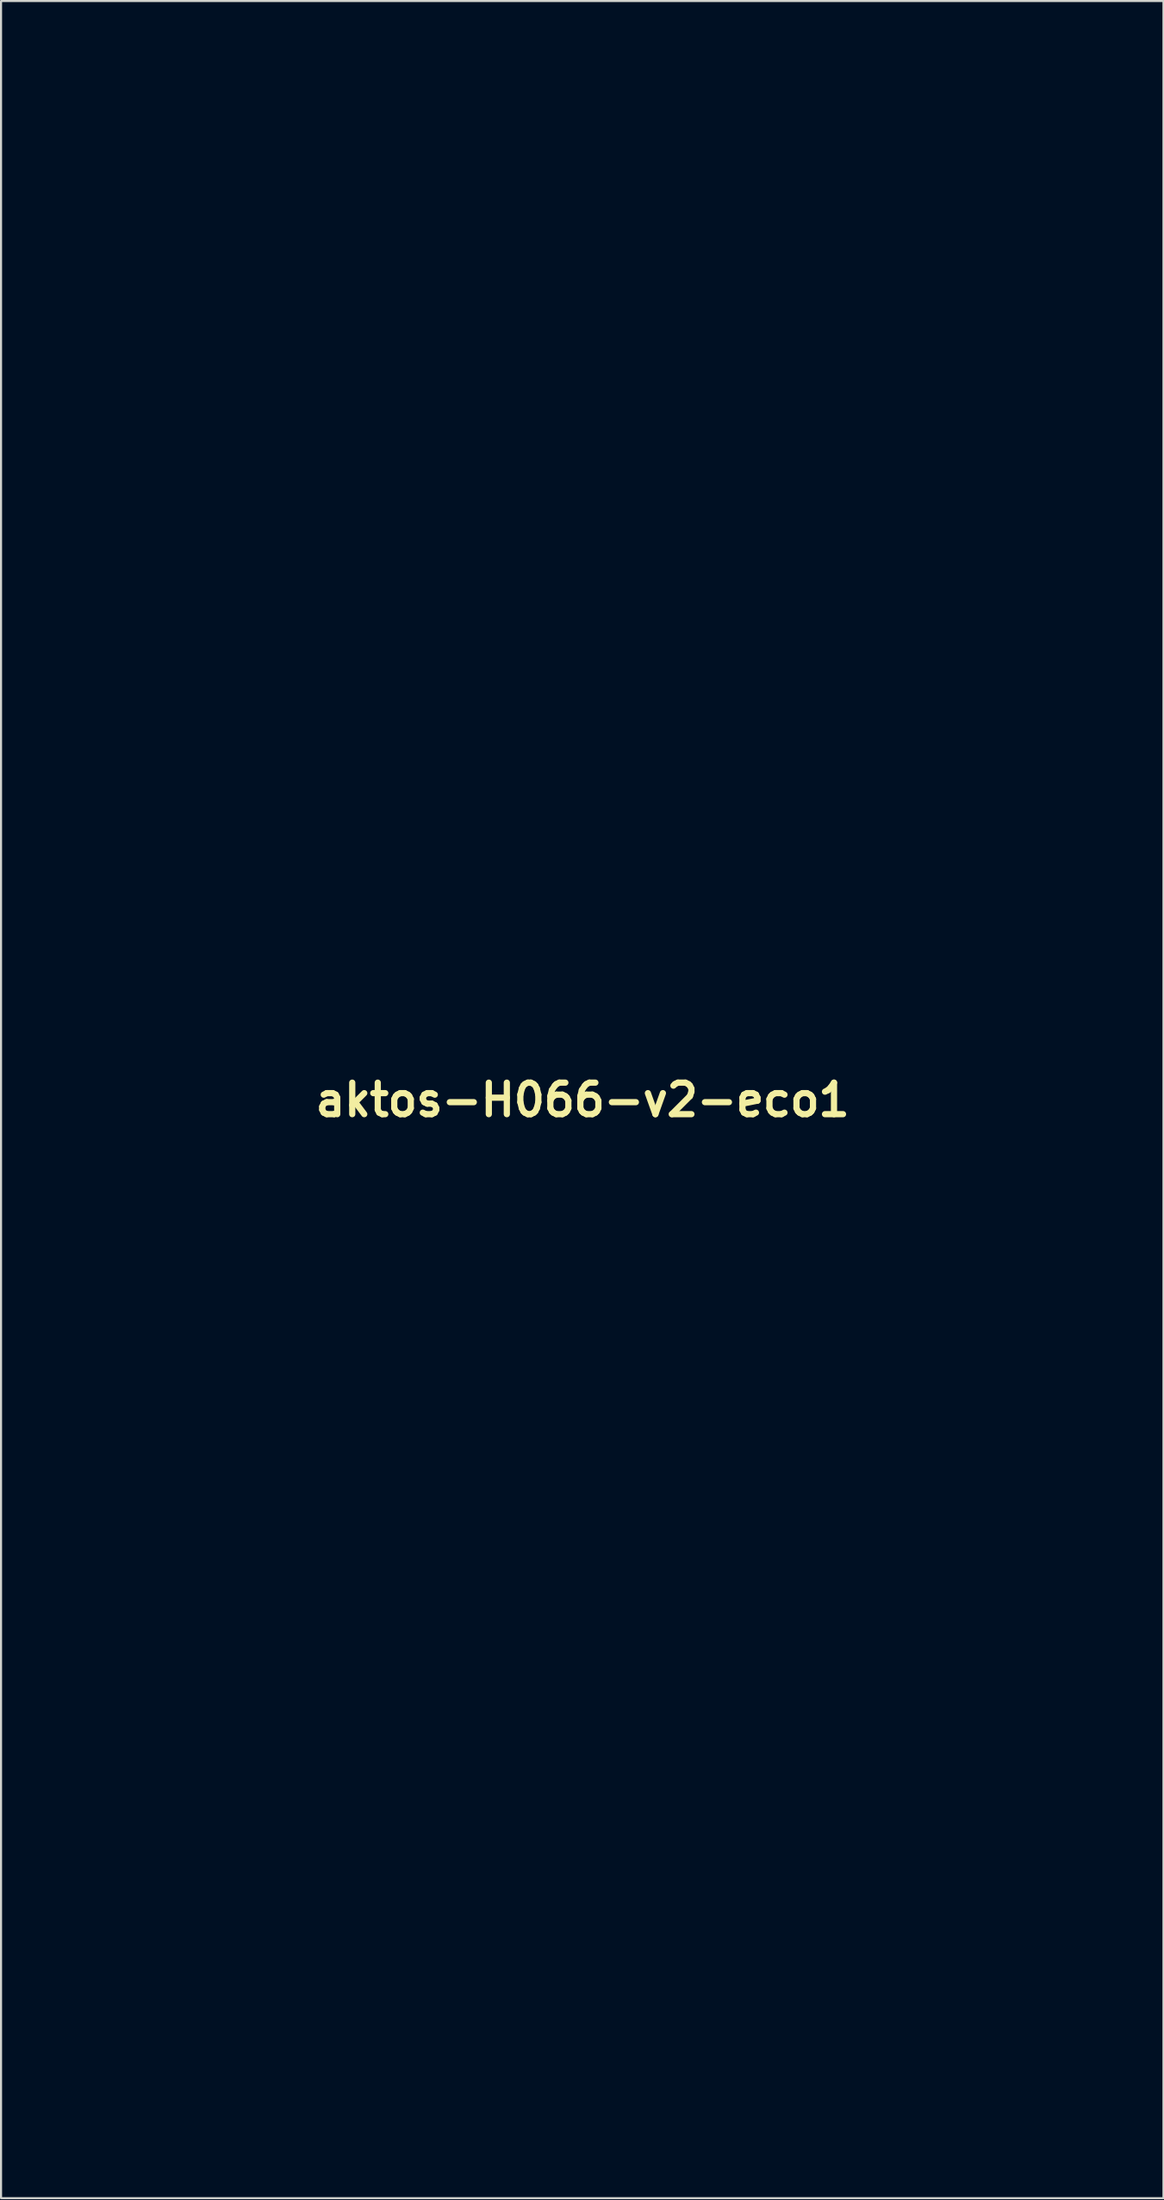
<source format=kicad_pcb>
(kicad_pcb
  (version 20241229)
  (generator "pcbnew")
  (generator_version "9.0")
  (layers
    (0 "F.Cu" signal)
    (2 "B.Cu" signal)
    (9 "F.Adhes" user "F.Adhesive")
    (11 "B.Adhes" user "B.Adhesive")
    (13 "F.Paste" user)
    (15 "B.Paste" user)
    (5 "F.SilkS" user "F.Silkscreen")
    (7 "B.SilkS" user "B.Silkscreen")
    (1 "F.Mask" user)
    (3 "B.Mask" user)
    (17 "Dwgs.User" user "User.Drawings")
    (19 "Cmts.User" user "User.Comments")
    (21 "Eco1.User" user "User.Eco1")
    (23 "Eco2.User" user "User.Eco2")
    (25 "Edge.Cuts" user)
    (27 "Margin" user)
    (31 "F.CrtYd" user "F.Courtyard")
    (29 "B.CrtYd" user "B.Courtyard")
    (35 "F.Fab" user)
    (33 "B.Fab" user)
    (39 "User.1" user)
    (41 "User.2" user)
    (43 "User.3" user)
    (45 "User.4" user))
  (footprint "aktos-H066-v2-eco1"
    (layer "F.Cu")
    (at 25.123 50.128)
    (property "Reference" "aktos-H066-v2-eco1" (at 0 0 0) (layer "F.SilkS") (effects (font (size 1.524 1.524) (thickness 0.3))))
    (attr through_hole)
    (fp_poly (pts (xy 6.604 48.556) (xy 6.562 48.599) (xy 6.519 48.556) (xy 6.562 48.514) (xy 6.604 48.556)) (stroke (width 0.01) (type solid)) (fill no) (layer "Eco1.User"))
    (fp_poly (pts (xy 12.7 44.238) (xy 12.658 44.281) (xy 12.615 44.238) (xy 12.658 44.196) (xy 12.7 44.238)) (stroke (width 0.01) (type solid)) (fill no) (layer "Eco1.User"))
    (fp_poly (pts (xy -12.557 44.251) (xy -12.573 44.281) (xy -12.653 44.362) (xy -12.668 44.365) (xy -12.673 44.311) (xy -12.658 44.281) (xy -12.578 44.2) (xy -12.563 44.196) (xy -12.557 44.251)) (stroke (width 0.01) (type solid)) (fill no) (layer "Eco1.User"))
    (fp_poly (pts (xy -9.489 -24.455) (xy -9.489 -24.454) (xy -9.413 -24.314) (xy -9.335 -24.273) (xy -9.236 -24.241) (xy -9.3 -24.227) (xy -9.328 -24.224) (xy -9.468 -24.145) (xy -9.509 -24.067) (xy -9.541 -23.962) (xy -9.554 -24.022) (xy -9.558 -24.067) (xy -9.616 -24.193) (xy -9.673 -24.216) (xy -9.729 -24.241) (xy -9.686 -24.279) (xy -9.573 -24.411) (xy -9.544 -24.469) (xy -9.504 -24.544) (xy -9.489 -24.455)) (stroke (width 0.01) (type solid)) (fill no) (layer "Eco1.User"))
    (fp_poly (pts (xy -8.056 -3.494) (xy -8.053 -3.45) (xy -7.995 -3.324) (xy -7.938 -3.301) (xy -7.881 -3.276) (xy -7.925 -3.237) (xy -8.038 -3.106) (xy -8.066 -3.048) (xy -8.107 -2.973) (xy -8.121 -3.061) (xy -8.121 -3.063) (xy -8.198 -3.203) (xy -8.276 -3.244) (xy -8.375 -3.276) (xy -8.311 -3.29) (xy -8.282 -3.292) (xy -8.143 -3.372) (xy -8.102 -3.45) (xy -8.07 -3.555) (xy -8.056 -3.494)) (stroke (width 0.01) (type solid)) (fill no) (layer "Eco1.User"))
    (fp_poly (pts (xy -9.325 -17.455) (xy -9.323 -17.426) (xy -9.244 -17.287) (xy -9.165 -17.246) (xy -9.066 -17.214) (xy -9.13 -17.199) (xy -9.159 -17.197) (xy -9.299 -17.118) (xy -9.34 -17.039) (xy -9.372 -16.94) (xy -9.386 -17.004) (xy -9.388 -17.033) (xy -9.468 -17.173) (xy -9.546 -17.214) (xy -9.645 -17.246) (xy -9.581 -17.26) (xy -9.552 -17.262) (xy -9.413 -17.342) (xy -9.372 -17.42) (xy -9.34 -17.519) (xy -9.325 -17.455)) (stroke (width 0.01) (type solid)) (fill no) (layer "Eco1.User"))
    (fp_poly (pts (xy -9.241 -31.51) (xy -9.238 -31.481) (xy -9.159 -31.341) (xy -9.081 -31.3) (xy -8.982 -31.268) (xy -9.046 -31.254) (xy -9.074 -31.252) (xy -9.214 -31.172) (xy -9.255 -31.094) (xy -9.287 -30.995) (xy -9.301 -31.059) (xy -9.304 -31.088) (xy -9.383 -31.227) (xy -9.461 -31.268) (xy -9.56 -31.3) (xy -9.496 -31.315) (xy -9.468 -31.317) (xy -9.328 -31.396) (xy -9.287 -31.475) (xy -9.255 -31.574) (xy -9.241 -31.51)) (stroke (width 0.01) (type solid)) (fill no) (layer "Eco1.User"))
    (fp_poly (pts (xy -8.902 -10.512) (xy -8.9 -10.484) (xy -8.82 -10.344) (xy -8.742 -10.303) (xy -8.643 -10.271) (xy -8.707 -10.257) (xy -8.736 -10.254) (xy -8.875 -10.175) (xy -8.916 -10.097) (xy -8.948 -9.998) (xy -8.963 -10.062) (xy -8.965 -10.09) (xy -9.044 -10.23) (xy -9.123 -10.271) (xy -9.222 -10.303) (xy -9.158 -10.317) (xy -9.129 -10.32) (xy -8.989 -10.399) (xy -8.948 -10.477) (xy -8.916 -10.576) (xy -8.902 -10.512)) (stroke (width 0.01) (type solid)) (fill no) (layer "Eco1.User"))
    (fp_poly (pts (xy -8.733 -38.452) (xy -8.73 -38.424) (xy -8.651 -38.284) (xy -8.572 -38.243) (xy -8.474 -38.211) (xy -8.538 -38.197) (xy -8.566 -38.194) (xy -8.706 -38.115) (xy -8.747 -38.036) (xy -8.779 -37.938) (xy -8.793 -38.002) (xy -8.796 -38.03) (xy -8.875 -38.17) (xy -8.954 -38.211) (xy -9.052 -38.243) (xy -8.988 -38.257) (xy -8.96 -38.26) (xy -8.82 -38.339) (xy -8.779 -38.417) (xy -8.747 -38.516) (xy -8.733 -38.452)) (stroke (width 0.01) (type solid)) (fill no) (layer "Eco1.User"))
    (fp_poly (pts (xy -17.349 -29.819) (xy -16.907 -29.606) (xy -16.529 -29.293) (xy -16.238 -28.892) (xy -16.059 -28.415) (xy -16.015 -27.875) (xy -16.019 -27.819) (xy -16.142 -27.28) (xy -16.402 -26.807) (xy -16.775 -26.426) (xy -17.236 -26.158) (xy -17.761 -26.028) (xy -17.85 -26.022) (xy -18.171 -26.023) (xy -18.466 -26.052) (xy -18.593 -26.08) (xy -18.895 -26.232) (xy -19.22 -26.487) (xy -19.515 -26.797) (xy -19.73 -27.112) (xy -19.77 -27.198) (xy -19.904 -27.734) (xy -19.898 -27.994) (xy -19.834 -27.994) (xy -19.758 -27.435) (xy -19.549 -26.954) (xy -19.232 -26.564) (xy -18.828 -26.281) (xy -18.36 -26.118) (xy -17.853 -26.089) (xy -17.328 -26.208) (xy -17.092 -26.314) (xy -16.651 -26.631) (xy -16.334 -27.037) (xy -16.145 -27.502) (xy -16.088 -27.998) (xy -16.167 -28.496) (xy -16.384 -28.966) (xy -16.735 -29.373) (xy -17.185 -29.671) (xy -17.667 -29.823) (xy -18.156 -29.839) (xy -18.625 -29.731) (xy -19.051 -29.509) (xy -19.408 -29.186) (xy -19.671 -28.772) (xy -19.815 -28.279) (xy -19.834 -27.994) (xy -19.898 -27.994) (xy -19.892 -28.281) (xy -19.74 -28.8) (xy -19.458 -29.254) (xy -19.275 -29.441) (xy -18.818 -29.744) (xy -18.328 -29.9) (xy -17.831 -29.921) (xy -17.349 -29.819)) (stroke (width 0.01) (type solid)) (fill no) (layer "Eco1.User"))
    (fp_poly (pts (xy 18.631 -29.832) (xy 19.087 -29.619) (xy 19.492 -29.275) (xy 19.689 -29.019) (xy 19.865 -28.634) (xy 19.961 -28.166) (xy 19.97 -27.686) (xy 19.898 -27.31) (xy 19.674 -26.881) (xy 19.323 -26.507) (xy 18.886 -26.217) (xy 18.402 -26.038) (xy 18.034 -25.994) (xy 17.687 -26.039) (xy 17.313 -26.155) (xy 17.229 -26.192) (xy 16.73 -26.503) (xy 16.374 -26.903) (xy 16.164 -27.39) (xy 16.117 -27.8) (xy 16.176 -27.8) (xy 16.272 -27.287) (xy 16.497 -26.834) (xy 16.62 -26.681) (xy 16.912 -26.449) (xy 17.302 -26.252) (xy 17.717 -26.118) (xy 18.034 -26.079) (xy 18.391 -26.126) (xy 18.773 -26.249) (xy 18.838 -26.279) (xy 19.117 -26.431) (xy 19.358 -26.599) (xy 19.448 -26.681) (xy 19.722 -27.098) (xy 19.87 -27.592) (xy 19.886 -28.122) (xy 19.767 -28.648) (xy 19.682 -28.845) (xy 19.383 -29.276) (xy 18.994 -29.586) (xy 18.545 -29.776) (xy 18.065 -29.844) (xy 17.583 -29.791) (xy 17.129 -29.618) (xy 16.731 -29.323) (xy 16.418 -28.907) (xy 16.386 -28.845) (xy 16.212 -28.333) (xy 16.176 -27.8) (xy 16.117 -27.8) (xy 16.099 -27.964) (xy 16.107 -28.149) (xy 16.224 -28.688) (xy 16.463 -29.137) (xy 16.799 -29.491) (xy 17.209 -29.743) (xy 17.668 -29.889) (xy 18.15 -29.92) (xy 18.631 -29.832)) (stroke (width 0.01) (type solid)) (fill no) (layer "Eco1.User"))
    (fp_poly (pts (xy 18.203 -45.794) (xy 19.173 -45.821) (xy 19.592 -45.83) (xy 19.871 -45.829) (xy 20.041 -45.812) (xy 20.132 -45.776) (xy 20.173 -45.717) (xy 20.185 -45.678) (xy 20.232 -45.446) (xy 20.295 -45.077) (xy 20.372 -44.591) (xy 20.46 -44.007) (xy 20.555 -43.344) (xy 20.657 -42.623) (xy 20.762 -41.864) (xy 20.867 -41.086) (xy 20.969 -40.309) (xy 21.067 -39.552) (xy 21.158 -38.835) (xy 21.238 -38.179) (xy 21.305 -37.603) (xy 21.358 -37.126) (xy 21.392 -36.768) (xy 21.405 -36.55) (xy 21.404 -36.502) (xy 21.388 -36.514) (xy 21.356 -36.672) (xy 21.312 -36.957) (xy 21.26 -37.348) (xy 21.202 -37.824) (xy 21.185 -37.973) (xy 21.13 -38.428) (xy 21.057 -39.003) (xy 20.971 -39.669) (xy 20.873 -40.4) (xy 20.769 -41.17) (xy 20.661 -41.951) (xy 20.554 -42.716) (xy 20.451 -43.439) (xy 20.356 -44.093) (xy 20.273 -44.651) (xy 20.206 -45.086) (xy 20.17 -45.297) (xy 20.104 -45.678) (xy 18.119 -45.725) (xy 18.119 -46.736) (xy -18.034 -46.736) (xy -18.034 -45.72) (xy -19.008 -45.72) (xy -19.441 -45.713) (xy -19.76 -45.693) (xy -19.944 -45.662) (xy -19.981 -45.635) (xy -19.994 -45.529) (xy -20.028 -45.282) (xy -20.081 -44.922) (xy -20.148 -44.477) (xy -20.225 -43.973) (xy -20.233 -43.921) (xy -20.357 -43.096) (xy -20.487 -42.204) (xy -20.617 -41.279) (xy -20.742 -40.357) (xy -20.859 -39.472) (xy -20.961 -38.661) (xy -21.045 -37.957) (xy -21.09 -37.553) (xy -21.134 -37.174) (xy -21.175 -36.878) (xy -21.209 -36.692) (xy -21.232 -36.644) (xy -21.233 -36.647) (xy -21.234 -36.767) (xy -21.214 -37.035) (xy -21.175 -37.431) (xy -21.119 -37.936) (xy -21.049 -38.532) (xy -20.967 -39.199) (xy -20.877 -39.917) (xy -20.78 -40.669) (xy -20.678 -41.434) (xy -20.576 -42.194) (xy -20.475 -42.929) (xy -20.377 -43.621) (xy -20.285 -44.25) (xy -20.202 -44.797) (xy -20.131 -45.243) (xy -20.073 -45.569) (xy -20.032 -45.756) (xy -20.018 -45.791) (xy -19.929 -45.802) (xy -19.706 -45.809) (xy -19.384 -45.812) (xy -19.056 -45.811) (xy -18.119 -45.802) (xy -18.119 -46.821) (xy 18.203 -46.821) (xy 18.203 -45.794)) (stroke (width 0.01) (type solid)) (fill no) (layer "Eco1.User"))
    (fp_poly (pts (xy 19.068 -50.121) (xy 19.484 -50.11) (xy 19.942 -50.094) (xy 20.274 -50.07) (xy 20.523 -50.03) (xy 20.733 -49.968) (xy 20.947 -49.876) (xy 21.011 -49.845) (xy 21.517 -49.518) (xy 21.946 -49.09) (xy 22.253 -48.604) (xy 22.27 -48.567) (xy 22.33 -48.371) (xy 22.411 -48.023) (xy 22.508 -47.538) (xy 22.619 -46.932) (xy 22.742 -46.221) (xy 22.874 -45.419) (xy 23.012 -44.544) (xy 23.153 -43.609) (xy 23.296 -42.632) (xy 23.363 -42.161) (xy 24.035 -36.763) (xy 24.544 -31.332) (xy 24.888 -25.875) (xy 25.068 -20.404) (xy 25.084 -14.927) (xy 24.934 -9.453) (xy 24.619 -3.991) (xy 24.462 -1.99) (xy 23.918 3.472) (xy 23.205 8.916) (xy 22.326 14.337) (xy 21.281 19.731) (xy 20.072 25.09) (xy 18.7 30.409) (xy 17.166 35.684) (xy 15.678 40.301) (xy 15.321 41.356) (xy 15.011 42.264) (xy 14.743 43.04) (xy 14.511 43.699) (xy 14.309 44.254) (xy 14.131 44.719) (xy 13.972 45.11) (xy 13.826 45.441) (xy 13.688 45.726) (xy 13.551 45.978) (xy 13.411 46.214) (xy 13.26 46.446) (xy 13.215 46.514) (xy 12.495 47.432) (xy 11.658 48.229) (xy 10.707 48.902) (xy 9.645 49.45) (xy 8.476 49.87) (xy 8.397 49.893) (xy 8.281 49.925) (xy 8.167 49.953) (xy 8.043 49.977) (xy 7.898 49.998) (xy 7.72 50.016) (xy 7.498 50.031) (xy 7.22 50.044) (xy 6.876 50.054) (xy 6.454 50.062) (xy 5.943 50.069) (xy 5.331 50.074) (xy 4.607 50.079) (xy 3.759 50.082) (xy 2.777 50.085) (xy 1.648 50.087) (xy 0.363 50.09) (xy 0.296 50.09) (xy -0.817 50.091) (xy -1.884 50.092) (xy -2.893 50.092) (xy -3.832 50.091) (xy -4.687 50.09) (xy -5.446 50.088) (xy -6.098 50.085) (xy -6.628 50.082) (xy -7.025 50.078) (xy -7.276 50.074) (xy -7.366 50.07) (xy -8.484 49.844) (xy -9.475 49.536) (xy -10.365 49.133) (xy -11.182 48.622) (xy -11.952 47.989) (xy -12.238 47.713) (xy -12.528 47.416) (xy -12.788 47.128) (xy -13.026 46.834) (xy -13.247 46.521) (xy -13.46 46.173) (xy -13.671 45.776) (xy -13.886 45.317) (xy -14.113 44.78) (xy -14.359 44.15) (xy -14.63 43.414) (xy -14.933 42.558) (xy -15.275 41.566) (xy -15.58 40.666) (xy -17.271 35.412) (xy -18.798 30.118) (xy -20.16 24.79) (xy -21.358 19.43) (xy -22.392 14.042) (xy -23.261 8.631) (xy -23.964 3.2) (xy -24.501 -2.248) (xy -24.873 -7.708) (xy -25.079 -13.177) (xy -25.118 -18.652) (xy -25.094 -19.659) (xy -24.865 -19.659) (xy -24.86 -14.242) (xy -24.693 -8.835) (xy -24.364 -3.449) (xy -23.913 1.524) (xy -23.281 6.808) (xy -22.505 12.025) (xy -21.579 17.191) (xy -20.502 22.318) (xy -19.27 27.423) (xy -17.879 32.52) (xy -16.327 37.623) (xy -15.335 40.64) (xy -14.967 41.726) (xy -14.644 42.666) (xy -14.36 43.473) (xy -14.107 44.163) (xy -13.88 44.75) (xy -13.67 45.248) (xy -13.471 45.673) (xy -13.277 46.038) (xy -13.08 46.357) (xy -12.873 46.647) (xy -12.65 46.92) (xy -12.403 47.192) (xy -12.127 47.477) (xy -12.065 47.539) (xy -11.568 48.016) (xy -11.119 48.391) (xy -10.668 48.699) (xy -10.163 48.975) (xy -9.567 49.249) (xy -9.335 49.349) (xy -9.123 49.438) (xy -8.92 49.516) (xy -8.715 49.584) (xy -8.496 49.642) (xy -8.252 49.691) (xy -7.971 49.732) (xy -7.642 49.766) (xy -7.253 49.792) (xy -6.794 49.813) (xy -6.252 49.828) (xy -5.617 49.838) (xy -4.876 49.845) (xy -4.018 49.848) (xy -3.032 49.848) (xy -1.907 49.846) (xy -0.631 49.843) (xy 0.212 49.841) (xy 7.832 49.823) (xy 8.506 49.628) (xy 9.625 49.222) (xy 10.651 48.681) (xy 11.577 48.01) (xy 12.392 47.217) (xy 13.087 46.31) (xy 13.209 46.118) (xy 13.363 45.847) (xy 13.528 45.516) (xy 13.708 45.114) (xy 13.909 44.627) (xy 14.134 44.044) (xy 14.387 43.354) (xy 14.674 42.543) (xy 15 41.601) (xy 15.368 40.516) (xy 15.581 39.878) (xy 17.254 34.604) (xy 18.762 29.295) (xy 20.105 23.953) (xy 21.282 18.581) (xy 22.292 13.181) (xy 23.136 7.757) (xy 23.813 2.311) (xy 24.324 -3.154) (xy 24.667 -8.636) (xy 24.842 -14.132) (xy 24.85 -19.638) (xy 24.689 -25.153) (xy 24.36 -30.673) (xy 23.871 -36.11) (xy 23.769 -37.046) (xy 23.654 -38.033) (xy 23.529 -39.056) (xy 23.397 -40.099) (xy 23.259 -41.146) (xy 23.117 -42.183) (xy 22.974 -43.193) (xy 22.833 -44.161) (xy 22.695 -45.072) (xy 22.562 -45.91) (xy 22.438 -46.659) (xy 22.324 -47.304) (xy 22.222 -47.829) (xy 22.136 -48.219) (xy 22.066 -48.458) (xy 22.059 -48.477) (xy 21.935 -48.696) (xy 21.741 -48.963) (xy 21.589 -49.141) (xy 21.267 -49.436) (xy 20.912 -49.646) (xy 20.489 -49.78) (xy 19.965 -49.851) (xy 19.392 -49.869) (xy 18.984 -49.867) (xy 18.71 -49.856) (xy 18.535 -49.83) (xy 18.424 -49.781) (xy 18.34 -49.703) (xy 18.303 -49.657) (xy 18.137 -49.445) (xy -18.184 -49.445) (xy -18.323 -49.657) (xy -18.391 -49.75) (xy -18.475 -49.811) (xy -18.608 -49.846) (xy -18.825 -49.863) (xy -19.159 -49.868) (xy -19.387 -49.869) (xy -20.056 -49.841) (xy -20.594 -49.751) (xy -21.031 -49.591) (xy -21.4 -49.351) (xy -21.537 -49.227) (xy -21.721 -49.033) (xy -21.872 -48.832) (xy -21.997 -48.597) (xy -22.106 -48.305) (xy -22.207 -47.93) (xy -22.309 -47.447) (xy -22.419 -46.833) (xy -22.474 -46.509) (xy -23.273 -41.207) (xy -23.912 -35.86) (xy -24.391 -30.479) (xy -24.708 -25.075) (xy -24.865 -19.659) (xy -25.094 -19.659) (xy -24.99 -24.127) (xy -24.695 -29.601) (xy -24.232 -35.068) (xy -23.602 -40.526) (xy -22.804 -45.97) (xy -22.685 -46.694) (xy -22.561 -47.391) (xy -22.441 -47.947) (xy -22.315 -48.386) (xy -22.174 -48.735) (xy -22.007 -49.02) (xy -21.804 -49.268) (xy -21.645 -49.425) (xy -21.261 -49.722) (xy -20.837 -49.929) (xy -20.339 -50.057) (xy -19.731 -50.116) (xy -19.377 -50.123) (xy -18.964 -50.12) (xy -18.686 -50.11) (xy -18.508 -50.084) (xy -18.396 -50.037) (xy -18.314 -49.962) (xy -18.282 -49.922) (xy -18.124 -49.722) (xy -9.07 -49.659) (xy -7.582 -49.65) (xy -5.957 -49.643) (xy -4.227 -49.638) (xy -2.424 -49.634) (xy -0.579 -49.633) (xy 1.274 -49.633) (xy 3.105 -49.635) (xy 4.881 -49.639) (xy 6.571 -49.645) (xy 8.143 -49.653) (xy 9.016 -49.659) (xy 18.048 -49.722) (xy 18.242 -49.931) (xy 18.33 -50.018) (xy 18.423 -50.076) (xy 18.555 -50.109) (xy 18.759 -50.123) (xy 19.068 -50.121)) (stroke (width 0.01) (type solid)) (fill no) (layer "Eco1.User"))
    (fp_poly (pts (xy -21.434 -35.49) (xy -21.439 -35.294) (xy -21.46 -34.955) (xy -21.497 -34.465) (xy -21.551 -33.82) (xy -21.622 -33.013) (xy -21.63 -32.928) (xy -22.028 -27.564) (xy -22.262 -22.173) (xy -22.331 -16.764) (xy -22.236 -11.348) (xy -21.976 -5.932) (xy -21.553 -0.527) (xy -20.966 4.859) (xy -20.216 10.216) (xy -19.932 11.98) (xy -19.1 16.594) (xy -18.133 21.237) (xy -17.04 25.871) (xy -15.832 30.456) (xy -14.517 34.954) (xy -14.001 36.603) (xy -13.763 37.34) (xy -13.511 38.11) (xy -13.251 38.896) (xy -12.988 39.68) (xy -12.728 40.446) (xy -12.477 41.176) (xy -12.242 41.852) (xy -12.027 42.457) (xy -11.841 42.975) (xy -11.687 43.387) (xy -11.573 43.676) (xy -11.504 43.826) (xy -11.496 43.838) (xy -11.408 43.976) (xy -11.286 44.205) (xy -11.217 44.348) (xy -10.779 45.09) (xy -10.206 45.76) (xy -9.525 46.334) (xy -8.764 46.787) (xy -8.199 47.019) (xy -7.985 47.088) (xy -7.772 47.149) (xy -7.548 47.202) (xy -7.3 47.247) (xy -7.017 47.286) (xy -6.687 47.318) (xy -6.296 47.344) (xy -5.833 47.365) (xy -5.287 47.381) (xy -4.644 47.393) (xy -3.892 47.402) (xy -3.02 47.408) (xy -2.015 47.411) (xy -0.865 47.412) (xy 0.442 47.412) (xy 0.449 47.412) (xy 1.727 47.411) (xy 2.848 47.41) (xy 3.825 47.407) (xy 4.668 47.402) (xy 5.391 47.394) (xy 6.006 47.382) (xy 6.525 47.365) (xy 6.96 47.342) (xy 7.323 47.313) (xy 7.627 47.276) (xy 7.884 47.231) (xy 8.106 47.177) (xy 8.305 47.112) (xy 8.493 47.037) (xy 8.684 46.95) (xy 8.888 46.85) (xy 8.967 46.811) (xy 9.414 46.566) (xy 9.806 46.289) (xy 10.208 45.932) (xy 10.327 45.815) (xy 10.551 45.588) (xy 10.745 45.374) (xy 10.917 45.158) (xy 11.076 44.921) (xy 11.231 44.645) (xy 11.39 44.313) (xy 11.562 43.907) (xy 11.754 43.41) (xy 11.976 42.804) (xy 12.236 42.071) (xy 12.515 41.275) (xy 14.148 36.35) (xy 15.645 31.351) (xy 16.999 26.296) (xy 18.206 21.206) (xy 19.261 16.101) (xy 20.16 11) (xy 20.739 7.112) (xy 21.392 1.745) (xy 21.883 -3.638) (xy 22.212 -9.026) (xy 22.378 -14.412) (xy 22.382 -19.785) (xy 22.222 -25.137) (xy 21.9 -30.457) (xy 21.715 -32.691) (xy 21.66 -33.317) (xy 21.611 -33.901) (xy 21.571 -34.418) (xy 21.54 -34.842) (xy 21.521 -35.149) (xy 21.516 -35.313) (xy 21.516 -35.315) (xy 21.526 -35.361) (xy 21.548 -35.254) (xy 21.579 -35.01) (xy 21.618 -34.643) (xy 21.664 -34.171) (xy 21.715 -33.609) (xy 21.77 -32.973) (xy 21.828 -32.278) (xy 21.888 -31.54) (xy 21.947 -30.774) (xy 22.005 -29.998) (xy 22.061 -29.226) (xy 22.112 -28.474) (xy 22.133 -28.152) (xy 22.394 -22.796) (xy 22.488 -17.422) (xy 22.415 -12.036) (xy 22.176 -6.645) (xy 21.772 -1.253) (xy 21.203 4.131) (xy 20.47 9.504) (xy 19.574 14.857) (xy 18.515 20.186) (xy 17.293 25.484) (xy 16.845 27.263) (xy 16.558 28.353) (xy 16.242 29.509) (xy 15.903 30.717) (xy 15.545 31.96) (xy 15.173 33.225) (xy 14.791 34.496) (xy 14.404 35.76) (xy 14.017 37) (xy 13.634 38.203) (xy 13.261 39.353) (xy 12.901 40.437) (xy 12.559 41.438) (xy 12.241 42.342) (xy 11.95 43.135) (xy 11.692 43.801) (xy 11.471 44.326) (xy 11.375 44.535) (xy 10.96 45.212) (xy 10.408 45.842) (xy 9.751 46.4) (xy 9.02 46.863) (xy 8.245 47.207) (xy 7.662 47.371) (xy 7.464 47.394) (xy 7.113 47.415) (xy 6.625 47.434) (xy 6.015 47.45) (xy 5.3 47.465) (xy 4.496 47.477) (xy 3.618 47.486) (xy 2.682 47.494) (xy 1.704 47.499) (xy 0.7 47.501) (xy -0.315 47.502) (xy -1.323 47.5) (xy -2.31 47.496) (xy -3.26 47.49) (xy -4.157 47.481) (xy -4.985 47.47) (xy -5.727 47.457) (xy -6.369 47.441) (xy -6.895 47.423) (xy -7.288 47.403) (xy -7.533 47.381) (xy -7.578 47.373) (xy -7.63 47.357) (xy -7.084 47.357) (xy -7.072 47.407) (xy -7.027 47.413) (xy -6.958 47.382) (xy -6.971 47.357) (xy -7.071 47.347) (xy -7.084 47.357) (xy -7.63 47.357) (xy -7.856 47.286) (xy -7.62 47.286) (xy -7.578 47.329) (xy -7.535 47.286) (xy -7.578 47.244) (xy -7.62 47.286) (xy -7.856 47.286) (xy -8.128 47.202) (xy -7.959 47.202) (xy -7.916 47.244) (xy -7.874 47.202) (xy -7.916 47.159) (xy -7.959 47.202) (xy -8.128 47.202) (xy -8.469 47.096) (xy -8.594 47.032) (xy -8.467 47.032) (xy -8.424 47.075) (xy -8.382 47.032) (xy -8.424 46.99) (xy -8.467 47.032) (xy -8.594 47.032) (xy -8.847 46.905) (xy -8.805 46.863) (xy -8.848 46.821) (xy -8.89 46.863) (xy -8.85 46.903) (xy -9.302 46.675) (xy -9.391 46.609) (xy -9.313 46.609) (xy -9.271 46.651) (xy -9.229 46.609) (xy -9.271 46.567) (xy -9.313 46.609) (xy -9.391 46.609) (xy -9.621 46.44) (xy -9.567 46.44) (xy -9.525 46.482) (xy -9.483 46.44) (xy -9.525 46.397) (xy -9.567 46.44) (xy -9.621 46.44) (xy -9.991 46.168) (xy -9.892 46.168) (xy -9.872 46.215) (xy -9.787 46.306) (xy -9.737 46.287) (xy -9.737 46.275) (xy -9.797 46.204) (xy -9.834 46.178) (xy -9.892 46.168) (xy -9.991 46.168) (xy -10.045 46.128) (xy -10.363 45.823) (xy -10.591 45.577) (xy -10.791 45.339) (xy -10.805 45.321) (xy -10.739 45.321) (xy -10.718 45.368) (xy -10.633 45.459) (xy -10.584 45.441) (xy -10.583 45.429) (xy -10.643 45.357) (xy -10.681 45.331) (xy -10.739 45.321) (xy -10.805 45.321) (xy -10.972 45.091) (xy -10.976 45.085) (xy -10.922 45.085) (xy -10.88 45.127) (xy -10.837 45.085) (xy -10.88 45.043) (xy -10.922 45.085) (xy -10.976 45.085) (xy -11.132 44.831) (xy -11.091 44.831) (xy -11.049 44.873) (xy -11.007 44.831) (xy -11.049 44.789) (xy -11.091 44.831) (xy -11.132 44.831) (xy -11.142 44.814) (xy -11.311 44.49) (xy -11.487 44.1) (xy -11.534 43.984) (xy -11.515 43.984) (xy -11.472 44.027) (xy -11.43 43.984) (xy -11.472 43.942) (xy -11.515 43.984) (xy -11.534 43.984) (xy -11.68 43.624) (xy -11.899 43.045) (xy -12.151 42.344) (xy -12.448 41.502) (xy -12.469 41.443) (xy -14.203 36.221) (xy -15.772 30.962) (xy -17.176 25.67) (xy -18.415 20.346) (xy -19.487 14.993) (xy -20.393 9.614) (xy -21.132 4.211) (xy -21.704 -1.213) (xy -22.109 -6.656) (xy -22.347 -12.115) (xy -22.416 -17.588) (xy -22.317 -23.072) (xy -22.05 -28.565) (xy -21.713 -32.978) (xy -21.657 -33.598) (xy -21.605 -34.167) (xy -21.558 -34.662) (xy -21.519 -35.059) (xy -21.49 -35.336) (xy -21.473 -35.47) (xy -21.472 -35.475) (xy -21.445 -35.549) (xy -21.434 -35.49)) (stroke (width 0.01) (type solid)) (fill no) (layer "Eco1.User"))
    (fp_poly (pts (xy 17.454 -45.104) (xy 18.057 -44.721) (xy 18.562 -44.223) (xy 18.938 -43.641) (xy 18.964 -43.585) (xy 19.047 -43.385) (xy 19.124 -43.147) (xy 19.197 -42.856) (xy 19.27 -42.495) (xy 19.345 -42.047) (xy 19.425 -41.496) (xy 19.513 -40.825) (xy 19.611 -40.017) (xy 19.718 -39.102) (xy 19.783 -38.558) (xy 19.841 -38.147) (xy 19.899 -37.833) (xy 19.967 -37.582) (xy 20.05 -37.357) (xy 20.159 -37.122) (xy 20.159 -37.121) (xy 20.317 -36.773) (xy 20.401 -36.487) (xy 20.433 -36.183) (xy 20.434 -35.993) (xy 20.409 -35.624) (xy 20.348 -35.254) (xy 20.289 -35.037) (xy 20.243 -34.896) (xy 20.212 -34.749) (xy 20.194 -34.572) (xy 20.189 -34.339) (xy 20.198 -34.024) (xy 20.22 -33.603) (xy 20.254 -33.049) (xy 20.274 -32.751) (xy 20.503 -28.131) (xy 20.577 -23.448) (xy 20.498 -18.708) (xy 20.267 -13.917) (xy 19.883 -9.081) (xy 19.348 -4.205) (xy 18.662 0.703) (xy 17.826 5.639) (xy 16.84 10.596) (xy 15.705 15.569) (xy 14.724 19.431) (xy 14.612 19.846) (xy 14.474 20.353) (xy 14.315 20.93) (xy 14.142 21.554) (xy 13.961 22.202) (xy 13.778 22.853) (xy 13.601 23.485) (xy 13.434 24.075) (xy 13.284 24.6) (xy 13.157 25.039) (xy 13.06 25.369) (xy 13 25.568) (xy 12.986 25.609) (xy 13.034 25.701) (xy 13.218 25.812) (xy 13.34 25.863) (xy 13.871 26.148) (xy 14.297 26.541) (xy 14.607 27.016) (xy 14.794 27.546) (xy 14.849 28.105) (xy 14.764 28.666) (xy 14.528 29.202) (xy 14.464 29.303) (xy 14.045 29.776) (xy 13.537 30.112) (xy 12.961 30.303) (xy 12.342 30.338) (xy 12.059 30.302) (xy 11.798 30.259) (xy 11.616 30.238) (xy 11.56 30.241) (xy 11.526 30.328) (xy 11.452 30.539) (xy 11.353 30.835) (xy 11.303 30.988) (xy 11.04 31.701) (xy 10.758 32.271) (xy 10.435 32.723) (xy 10.052 33.085) (xy 9.589 33.381) (xy 9.398 33.478) (xy 8.848 33.74) (xy 0.127 33.757) (xy -1.281 33.76) (xy -2.53 33.762) (xy -3.63 33.763) (xy -4.591 33.763) (xy -5.423 33.763) (xy -6.138 33.761) (xy -6.744 33.757) (xy -7.253 33.752) (xy -7.673 33.745) (xy -8.016 33.737) (xy -8.292 33.726) (xy -8.511 33.713) (xy -8.683 33.697) (xy -8.819 33.679) (xy -8.928 33.659) (xy -9.021 33.635) (xy -9.102 33.61) (xy -9.673 33.351) (xy -10.209 32.971) (xy -10.646 32.514) (xy -10.693 32.45) (xy -10.828 32.22) (xy -10.99 31.879) (xy -11.155 31.479) (xy -11.265 31.18) (xy -11.404 30.786) (xy -11.507 30.525) (xy -11.589 30.374) (xy -11.664 30.304) (xy -11.749 30.289) (xy -11.78 30.291) (xy -12.461 30.331) (xy -13.028 30.271) (xy -13.508 30.105) (xy -13.929 29.825) (xy -14.094 29.673) (xy -14.472 29.192) (xy -14.694 28.654) (xy -14.769 28.039) (xy -14.769 28.027) (xy -14.732 28.027) (xy -14.685 28.375) (xy -14.563 28.781) (xy -14.392 29.17) (xy -14.274 29.366) (xy -13.888 29.775) (xy -13.39 30.075) (xy -13.055 30.192) (xy -12.769 30.266) (xy -12.568 30.297) (xy -12.377 30.287) (xy -12.118 30.238) (xy -12.021 30.218) (xy -11.764 30.151) (xy -11.646 30.082) (xy -11.638 29.995) (xy -11.639 29.991) (xy -11.687 29.85) (xy -11.775 29.577) (xy -11.894 29.201) (xy -12.034 28.754) (xy -12.187 28.265) (xy -12.342 27.764) (xy -12.49 27.281) (xy -12.623 26.846) (xy -12.731 26.489) (xy -12.805 26.24) (xy -12.832 26.14) (xy -12.892 25.957) (xy -12.914 25.922) (xy -12.615 25.922) (xy -12.591 26.043) (xy -12.523 26.291) (xy -12.421 26.64) (xy -12.293 27.064) (xy -12.146 27.537) (xy -11.99 28.031) (xy -11.833 28.52) (xy -11.684 28.978) (xy -11.55 29.379) (xy -11.44 29.696) (xy -11.363 29.902) (xy -11.328 29.972) (xy -11.234 29.921) (xy -11.062 29.79) (xy -10.954 29.697) (xy -10.599 29.278) (xy -10.361 28.763) (xy -10.25 28.19) (xy -10.275 27.594) (xy -10.333 27.328) (xy -10.533 26.887) (xy -10.855 26.486) (xy -11.262 26.155) (xy -11.716 25.925) (xy -12.177 25.825) (xy -12.244 25.823) (xy -12.49 25.844) (xy -12.609 25.902) (xy -12.615 25.922) (xy -12.914 25.922) (xy -12.948 25.869) (xy -13.079 25.874) (xy -13.298 25.963) (xy -13.565 26.109) (xy -13.837 26.291) (xy -14.072 26.482) (xy -14.156 26.567) (xy -14.406 26.93) (xy -14.603 27.374) (xy -14.716 27.823) (xy -14.732 28.027) (xy -14.769 28.027) (xy -14.769 28.025) (xy -14.692 27.402) (xy -14.465 26.854) (xy -14.096 26.393) (xy -13.589 26.027) (xy -13.405 25.934) (xy -13.159 25.816) (xy -13.038 25.727) (xy -13.009 25.627) (xy -13.044 25.476) (xy -13.049 25.46) (xy -14.488 20.402) (xy -14.672 19.68) (xy -14.287 19.68) (xy -14.281 19.989) (xy -14.216 20.364) (xy -14.108 20.752) (xy -13.972 21.097) (xy -13.826 21.345) (xy -13.781 21.394) (xy -13.306 21.72) (xy -12.782 21.887) (xy -12.228 21.891) (xy -11.838 21.798) (xy -11.364 21.555) (xy -10.996 21.202) (xy -10.744 20.77) (xy -10.614 20.285) (xy -10.617 19.777) (xy -10.76 19.276) (xy -10.98 18.9) (xy -11.26 18.596) (xy -11.595 18.385) (xy -12.038 18.234) (xy -12.548 18.179) (xy -13.043 18.265) (xy -13.493 18.474) (xy -13.869 18.787) (xy -14.142 19.185) (xy -14.283 19.65) (xy -14.287 19.68) (xy -14.672 19.68) (xy -15.779 15.335) (xy -16.922 10.27) (xy -17.914 5.215) (xy -18.753 0.182) (xy -19.438 -4.821) (xy -19.967 -9.784) (xy -20.274 -13.674) (xy -20.441 -16.715) (xy -20.543 -19.845) (xy -20.583 -23.016) (xy -20.578 -23.632) (xy -20.318 -23.632) (xy -20.318 -22.156) (xy -20.306 -20.725) (xy -20.28 -19.362) (xy -20.241 -18.091) (xy -20.234 -17.907) (xy -19.995 -13.425) (xy -19.633 -8.967) (xy -19.146 -4.511) (xy -18.531 -0.036) (xy -17.785 4.479) (xy -16.905 9.055) (xy -16.243 12.15) (xy -16.13 12.653) (xy -15.994 13.238) (xy -15.843 13.884) (xy -15.679 14.573) (xy -15.509 15.285) (xy -15.336 16) (xy -15.165 16.701) (xy -15.001 17.366) (xy -14.849 17.977) (xy -14.714 18.514) (xy -14.6 18.958) (xy -14.512 19.291) (xy -14.454 19.491) (xy -14.434 19.544) (xy -14.386 19.493) (xy -14.296 19.334) (xy -14.258 19.256) (xy -14.015 18.877) (xy -13.683 18.531) (xy -13.319 18.274) (xy -13.217 18.225) (xy -12.709 18.092) (xy -12.21 18.106) (xy -11.74 18.247) (xy -11.319 18.497) (xy -10.965 18.836) (xy -10.699 19.244) (xy -10.539 19.702) (xy -10.505 20.191) (xy -10.616 20.69) (xy -10.659 20.793) (xy -10.957 21.266) (xy -11.352 21.625) (xy -11.814 21.864) (xy -12.317 21.975) (xy -12.83 21.953) (xy -13.327 21.791) (xy -13.776 21.484) (xy -13.964 21.312) (xy -13.791 21.938) (xy -13.699 22.265) (xy -13.58 22.687) (xy -13.441 23.171) (xy -13.294 23.684) (xy -13.148 24.19) (xy -13.012 24.658) (xy -12.897 25.052) (xy -12.812 25.338) (xy -12.778 25.45) (xy -12.711 25.612) (xy -12.606 25.691) (xy -12.407 25.721) (xy -12.305 25.726) (xy -11.773 25.825) (xy -11.259 26.063) (xy -10.806 26.413) (xy -10.458 26.846) (xy -10.396 26.958) (xy -10.266 27.323) (xy -10.188 27.789) (xy -10.179 27.901) (xy -10.203 28.509) (xy -10.368 29.035) (xy -10.685 29.505) (xy -10.931 29.753) (xy -11.341 30.121) (xy -11.059 30.959) (xy -10.882 31.467) (xy -10.731 31.849) (xy -10.588 32.139) (xy -10.435 32.373) (xy -10.252 32.587) (xy -10.159 32.682) (xy -9.642 33.092) (xy -9.054 33.371) (xy -8.828 33.436) (xy -8.7 33.446) (xy -8.414 33.457) (xy -7.983 33.467) (xy -7.418 33.476) (xy -6.732 33.485) (xy -5.936 33.493) (xy -5.042 33.5) (xy -4.061 33.507) (xy -3.007 33.512) (xy -1.89 33.516) (xy -0.724 33.519) (xy -0.03 33.519) (xy 1.356 33.521) (xy 2.584 33.522) (xy 3.663 33.522) (xy 4.603 33.521) (xy 5.417 33.52) (xy 6.113 33.517) (xy 6.702 33.513) (xy 7.195 33.507) (xy 7.601 33.5) (xy 7.933 33.49) (xy 8.199 33.479) (xy 8.41 33.465) (xy 8.577 33.448) (xy 8.711 33.429) (xy 8.82 33.407) (xy 8.917 33.382) (xy 9 33.358) (xy 9.517 33.141) (xy 9.968 32.813) (xy 9.978 32.804) (xy 10.241 32.552) (xy 10.447 32.313) (xy 10.615 32.046) (xy 10.768 31.715) (xy 10.929 31.281) (xy 11.039 30.952) (xy 11.167 30.554) (xy 11.246 30.286) (xy 11.28 30.117) (xy 11.632 30.117) (xy 11.725 30.15) (xy 11.926 30.198) (xy 12.032 30.22) (xy 12.519 30.26) (xy 13.03 30.211) (xy 13.426 30.099) (xy 13.909 29.815) (xy 14.299 29.412) (xy 14.581 28.921) (xy 14.738 28.373) (xy 14.754 27.801) (xy 14.719 27.579) (xy 14.517 26.989) (xy 14.185 26.508) (xy 13.724 26.137) (xy 13.462 26) (xy 13.151 25.872) (xy 12.963 25.832) (xy 12.878 25.877) (xy 12.869 25.929) (xy 12.844 26.036) (xy 12.776 26.282) (xy 12.67 26.642) (xy 12.534 27.095) (xy 12.374 27.617) (xy 12.236 28.062) (xy 12.064 28.616) (xy 11.912 29.116) (xy 11.787 29.537) (xy 11.694 29.859) (xy 11.641 30.059) (xy 11.632 30.117) (xy 11.28 30.117) (xy 11.28 30.117) (xy 11.273 30.016) (xy 11.229 29.952) (xy 11.178 29.913) (xy 10.748 29.514) (xy 10.443 29.024) (xy 10.268 28.471) (xy 10.241 28.038) (xy 10.311 28.038) (xy 10.353 28.473) (xy 10.452 28.874) (xy 10.562 29.116) (xy 10.726 29.346) (xy 10.923 29.576) (xy 11.115 29.766) (xy 11.263 29.875) (xy 11.304 29.887) (xy 11.354 29.81) (xy 11.445 29.592) (xy 11.569 29.256) (xy 11.717 28.824) (xy 11.882 28.318) (xy 12.007 27.919) (xy 12.176 27.369) (xy 12.327 26.874) (xy 12.453 26.455) (xy 12.547 26.136) (xy 12.603 25.939) (xy 12.615 25.887) (xy 12.542 25.833) (xy 12.355 25.824) (xy 12.099 25.854) (xy 11.824 25.918) (xy 11.599 26) (xy 11.081 26.319) (xy 10.69 26.751) (xy 10.428 27.292) (xy 10.338 27.645) (xy 10.311 28.038) (xy 10.241 28.038) (xy 10.232 27.888) (xy 10.34 27.305) (xy 10.488 26.948) (xy 10.811 26.491) (xy 11.248 26.118) (xy 11.757 25.855) (xy 12.296 25.73) (xy 12.342 25.727) (xy 12.561 25.71) (xy 12.688 25.694) (xy 12.7 25.69) (xy 12.722 25.607) (xy 12.786 25.384) (xy 12.883 25.042) (xy 13.009 24.603) (xy 13.157 24.089) (xy 13.293 23.616) (xy 13.454 23.055) (xy 13.599 22.549) (xy 13.72 22.122) (xy 13.813 21.795) (xy 13.87 21.59) (xy 13.885 21.528) (xy 13.82 21.55) (xy 13.653 21.637) (xy 13.513 21.716) (xy 12.998 21.928) (xy 12.468 21.984) (xy 11.953 21.894) (xy 11.479 21.666) (xy 11.075 21.307) (xy 10.799 20.889) (xy 10.622 20.364) (xy 10.613 20.172) (xy 10.677 20.172) (xy 10.798 20.695) (xy 10.879 20.88) (xy 11.189 21.327) (xy 11.595 21.652) (xy 12.068 21.847) (xy 12.579 21.904) (xy 13.1 21.815) (xy 13.537 21.613) (xy 13.714 21.497) (xy 13.838 21.388) (xy 13.931 21.245) (xy 14.015 21.031) (xy 14.112 20.709) (xy 14.162 20.528) (xy 14.267 20.144) (xy 14.328 19.881) (xy 14.349 19.695) (xy 14.333 19.544) (xy 14.284 19.386) (xy 14.263 19.331) (xy 14.083 19.012) (xy 13.804 18.689) (xy 13.482 18.419) (xy 13.225 18.277) (xy 13.009 18.226) (xy 12.708 18.194) (xy 12.523 18.188) (xy 11.982 18.262) (xy 11.515 18.47) (xy 11.137 18.79) (xy 10.861 19.196) (xy 10.703 19.665) (xy 10.677 20.172) (xy 10.613 20.172) (xy 10.598 19.841) (xy 10.712 19.347) (xy 10.95 18.903) (xy 11.296 18.535) (xy 11.735 18.266) (xy 12.253 18.121) (xy 12.534 18.102) (xy 13.098 18.182) (xy 13.6 18.413) (xy 14.02 18.784) (xy 14.303 19.208) (xy 14.454 19.502) (xy 15.184 16.546) (xy 16.316 11.706) (xy 17.304 6.944) (xy 18.15 2.248) (xy 18.855 -2.393) (xy 19.42 -6.988) (xy 19.847 -11.548) (xy 20.136 -16.084) (xy 20.29 -20.607) (xy 20.318 -23.537) (xy 20.313 -24.541) (xy 20.299 -25.609) (xy 20.277 -26.716) (xy 20.247 -27.838) (xy 20.211 -28.951) (xy 20.169 -30.031) (xy 20.123 -31.053) (xy 20.073 -31.993) (xy 20.02 -32.826) (xy 19.966 -33.529) (xy 19.933 -33.872) (xy 19.884 -34.343) (xy 19.577 -34.062) (xy 19.093 -33.729) (xy 18.532 -33.523) (xy 17.934 -33.451) (xy 17.34 -33.52) (xy 16.933 -33.661) (xy 16.4 -33.973) (xy 15.992 -34.371) (xy 15.669 -34.892) (xy 15.653 -34.925) (xy 15.453 -35.525) (xy 15.435 -35.8) (xy 15.508 -35.8) (xy 15.615 -35.216) (xy 15.712 -34.967) (xy 15.969 -34.504) (xy 16.273 -34.16) (xy 16.672 -33.884) (xy 16.891 -33.771) (xy 17.494 -33.569) (xy 18.109 -33.535) (xy 18.739 -33.669) (xy 18.824 -33.699) (xy 19.151 -33.857) (xy 19.468 -34.067) (xy 19.598 -34.177) (xy 19.783 -34.369) (xy 19.869 -34.523) (xy 19.884 -34.713) (xy 19.865 -34.916) (xy 19.84 -35.163) (xy 19.805 -35.533) (xy 19.765 -35.978) (xy 19.725 -36.452) (xy 19.718 -36.534) (xy 19.676 -36.971) (xy 19.63 -37.352) (xy 19.612 -37.465) (xy 19.896 -37.465) (xy 19.935 -37.084) (xy 19.961 -36.808) (xy 19.992 -36.439) (xy 20.022 -36.054) (xy 20.024 -36.026) (xy 20.055 -35.675) (xy 20.089 -35.366) (xy 20.121 -35.158) (xy 20.126 -35.137) (xy 20.169 -35.064) (xy 20.22 -35.127) (xy 20.273 -35.29) (xy 20.319 -35.519) (xy 20.353 -35.781) (xy 20.367 -36.042) (xy 20.357 -36.245) (xy 20.287 -36.56) (xy 20.166 -36.907) (xy 20.102 -37.05) (xy 19.896 -37.465) (xy 19.612 -37.465) (xy 19.583 -37.643) (xy 19.542 -37.81) (xy 19.531 -37.831) (xy 19.349 -37.979) (xy 19.054 -38.135) (xy 18.699 -38.274) (xy 18.401 -38.357) (xy 17.842 -38.401) (xy 17.266 -38.302) (xy 16.718 -38.076) (xy 16.24 -37.738) (xy 15.998 -37.479) (xy 15.705 -36.976) (xy 15.539 -36.401) (xy 15.508 -35.8) (xy 15.435 -35.8) (xy 15.413 -36.132) (xy 15.525 -36.723) (xy 15.783 -37.272) (xy 16.18 -37.757) (xy 16.54 -38.047) (xy 17.119 -38.342) (xy 17.732 -38.476) (xy 18.357 -38.447) (xy 18.975 -38.256) (xy 19.195 -38.145) (xy 19.558 -37.943) (xy 19.558 -38.132) (xy 19.548 -38.258) (xy 19.519 -38.527) (xy 19.475 -38.913) (xy 19.419 -39.392) (xy 19.354 -39.937) (xy 19.282 -40.523) (xy 19.207 -41.125) (xy 19.133 -41.718) (xy 19.061 -42.277) (xy 19.003 -42.714) (xy 18.886 -43.162) (xy 18.667 -43.642) (xy 18.381 -44.092) (xy 18.065 -44.443) (xy 17.752 -44.674) (xy 17.386 -44.885) (xy 17.2 -44.969) (xy 16.722 -45.155) (xy 2.879 -45.188) (xy 1.306 -45.192) (xy -0.254 -45.194) (xy -1.789 -45.195) (xy -3.288 -45.196) (xy -4.739 -45.195) (xy -6.13 -45.194) (xy -7.451 -45.192) (xy -8.689 -45.189) (xy -9.834 -45.185) (xy -10.872 -45.18) (xy -11.794 -45.175) (xy -12.586 -45.169) (xy -13.238 -45.162) (xy -13.738 -45.155) (xy -13.928 -45.151) (xy -14.714 -45.132) (xy -15.35 -45.115) (xy -15.856 -45.099) (xy -16.249 -45.083) (xy -16.551 -45.063) (xy -16.779 -45.04) (xy -16.953 -45.01) (xy -17.092 -44.974) (xy -17.215 -44.928) (xy -17.342 -44.871) (xy -17.369 -44.858) (xy -17.932 -44.51) (xy -18.407 -44.043) (xy -18.757 -43.493) (xy -18.771 -43.462) (xy -18.836 -43.29) (xy -18.902 -43.045) (xy -18.971 -42.718) (xy -19.046 -42.296) (xy -19.128 -41.767) (xy -19.218 -41.121) (xy -19.318 -40.344) (xy -19.431 -39.426) (xy -19.557 -38.355) (xy -19.6 -37.984) (xy -19.657 -37.487) (xy -19.46 -37.672) (xy -18.975 -38.018) (xy -18.432 -38.224) (xy -17.862 -38.291) (xy -17.295 -38.22) (xy -16.762 -38.011) (xy -16.294 -37.666) (xy -16.208 -37.578) (xy -15.92 -37.231) (xy -15.737 -36.91) (xy -15.622 -36.545) (xy -15.592 -36.399) (xy -15.556 -35.839) (xy -15.639 -35.284) (xy -15.792 -34.879) (xy -16.115 -34.429) (xy -16.556 -34.058) (xy -17.074 -33.79) (xy -17.628 -33.648) (xy -18.049 -33.638) (xy -18.556 -33.747) (xy -19.051 -33.968) (xy -19.474 -34.269) (xy -19.641 -34.442) (xy -19.876 -34.726) (xy -19.928 -34.191) (xy -20.011 -33.214) (xy -20.085 -32.091) (xy -20.149 -30.847) (xy -20.204 -29.505) (xy -20.249 -28.089) (xy -20.284 -26.622) (xy -20.307 -25.129) (xy -20.318 -23.632) (xy -20.578 -23.632) (xy -20.559 -26.182) (xy -20.472 -29.296) (xy -20.321 -32.312) (xy -20.272 -33.062) (xy -20.236 -33.658) (xy -20.208 -34.233) (xy -20.191 -34.753) (xy -20.186 -35.094) (xy -19.848 -35.094) (xy -19.835 -34.93) (xy -19.8 -34.809) (xy -19.743 -34.697) (xy -19.712 -34.646) (xy -19.416 -34.307) (xy -19.004 -34.021) (xy -18.525 -33.812) (xy -18.029 -33.708) (xy -17.889 -33.701) (xy -17.6 -33.73) (xy -17.257 -33.809) (xy -17.074 -33.869) (xy -16.533 -34.155) (xy -16.109 -34.557) (xy -15.814 -35.055) (xy -15.661 -35.633) (xy -15.642 -35.941) (xy -15.718 -36.555) (xy -15.932 -37.092) (xy -16.266 -37.54) (xy -16.7 -37.884) (xy -17.215 -38.11) (xy -17.793 -38.204) (xy -18.415 -38.152) (xy -18.595 -38.11) (xy -18.865 -37.995) (xy -19.16 -37.809) (xy -19.3 -37.697) (xy -19.655 -37.38) (xy -19.77 -36.154) (xy -19.815 -35.675) (xy -19.841 -35.332) (xy -19.848 -35.094) (xy -20.186 -35.094) (xy -20.184 -35.185) (xy -20.19 -35.495) (xy -20.196 -35.577) (xy -20.2 -35.675) (xy -20.147 -35.675) (xy -20.134 -35.569) (xy -20.12 -35.567) (xy -20.097 -35.663) (xy -20.068 -35.88) (xy -20.04 -36.153) (xy -20.023 -36.42) (xy -20.03 -36.538) (xy -20.061 -36.497) (xy -20.063 -36.491) (xy -20.098 -36.33) (xy -20.126 -36.107) (xy -20.143 -35.872) (xy -20.147 -35.675) (xy -20.2 -35.675) (xy -20.215 -35.979) (xy -20.177 -36.35) (xy -20.079 -36.762) (xy -20.007 -37.073) (xy -19.929 -37.504) (xy -19.854 -38.003) (xy -19.788 -38.523) (xy -19.77 -38.693) (xy -19.649 -39.804) (xy -19.53 -40.791) (xy -19.414 -41.646) (xy -19.301 -42.361) (xy -19.194 -42.929) (xy -19.094 -43.341) (xy -19.016 -43.561) (xy -18.644 -44.168) (xy -18.143 -44.677) (xy -17.544 -45.061) (xy -16.979 -45.339) (xy 16.976 -45.339) (xy 17.454 -45.104)) (stroke (width 0.01) (type solid)) (fill no) (layer "Eco1.User")))
  (gr_rect
    (start -3 -3)
    (end 53.211 103.225)
    (stroke (width 0.1) (type default))
    (fill no)
    (layer "Edge.Cuts")))
</source>
